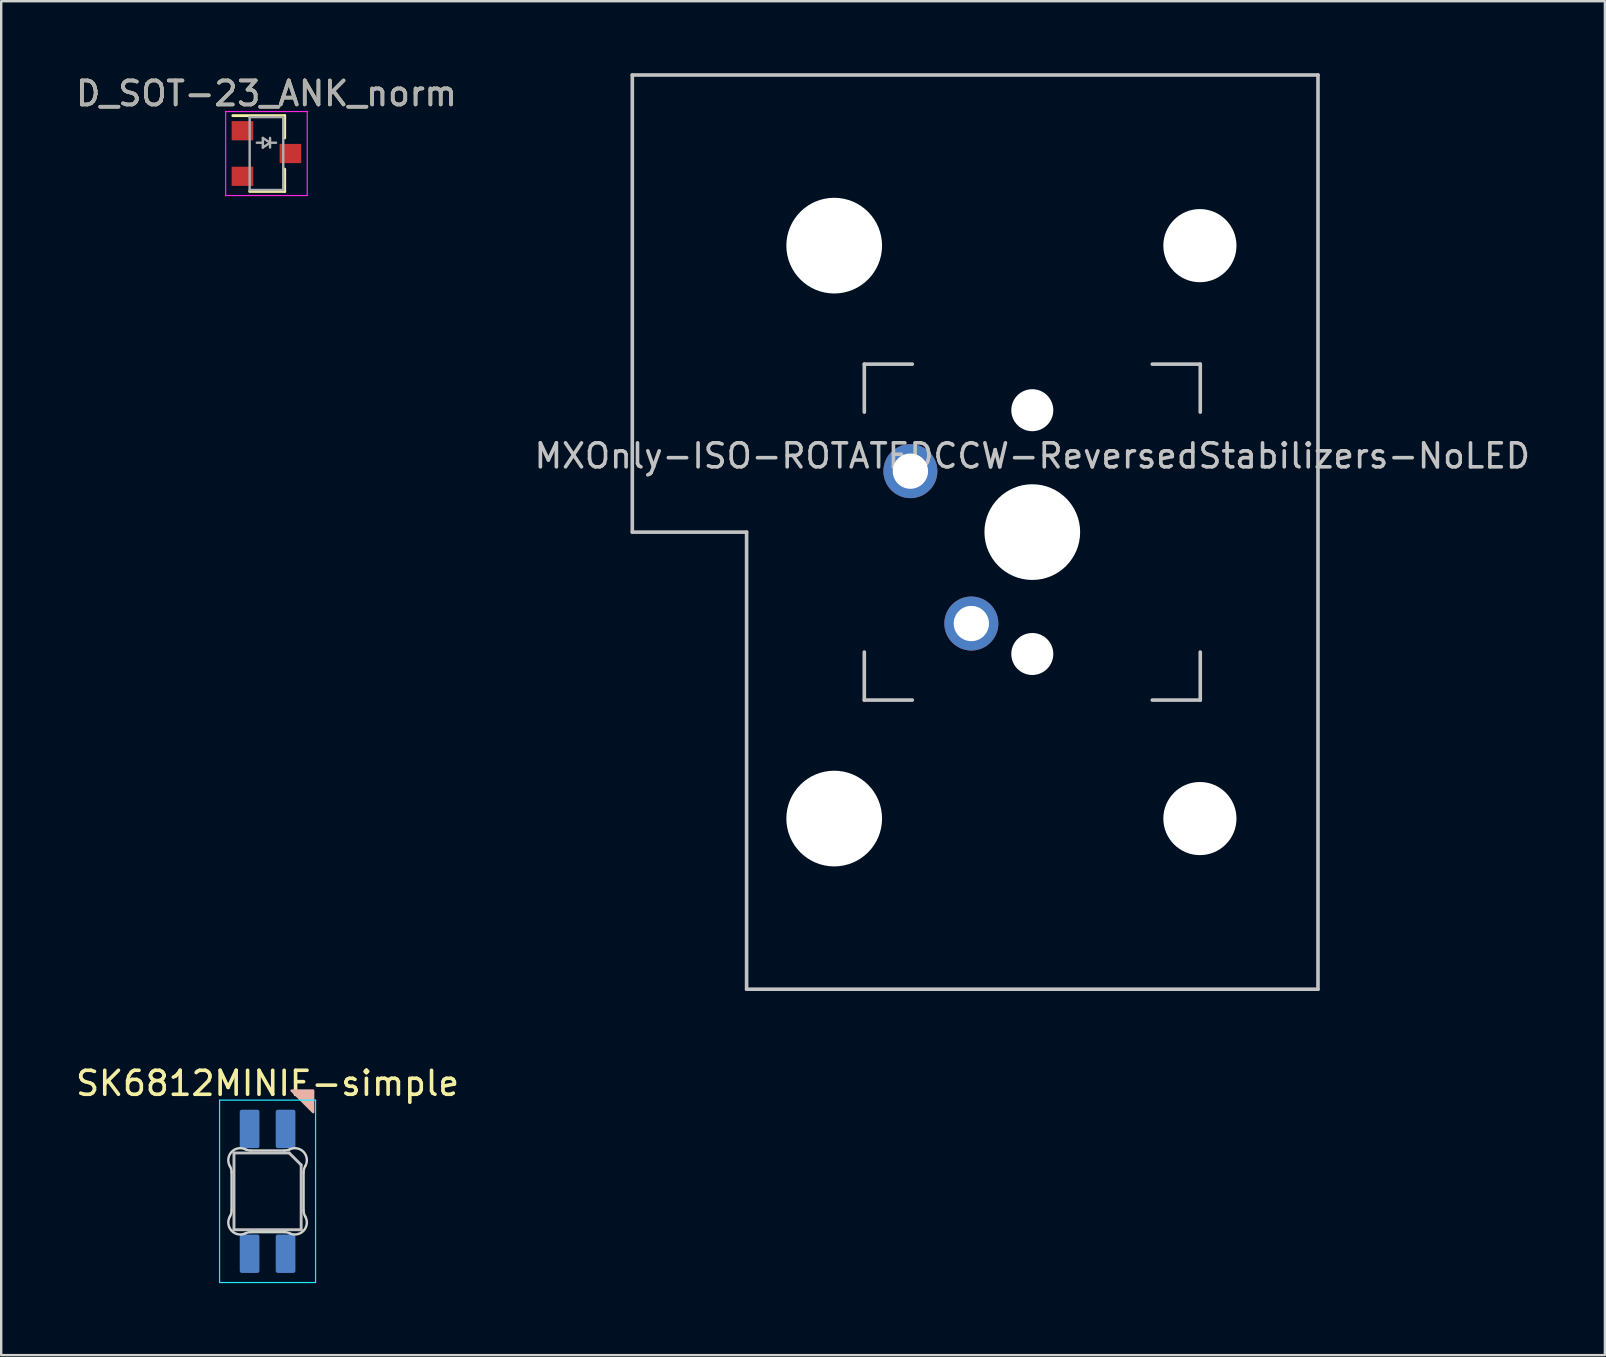
<source format=kicad_pcb>
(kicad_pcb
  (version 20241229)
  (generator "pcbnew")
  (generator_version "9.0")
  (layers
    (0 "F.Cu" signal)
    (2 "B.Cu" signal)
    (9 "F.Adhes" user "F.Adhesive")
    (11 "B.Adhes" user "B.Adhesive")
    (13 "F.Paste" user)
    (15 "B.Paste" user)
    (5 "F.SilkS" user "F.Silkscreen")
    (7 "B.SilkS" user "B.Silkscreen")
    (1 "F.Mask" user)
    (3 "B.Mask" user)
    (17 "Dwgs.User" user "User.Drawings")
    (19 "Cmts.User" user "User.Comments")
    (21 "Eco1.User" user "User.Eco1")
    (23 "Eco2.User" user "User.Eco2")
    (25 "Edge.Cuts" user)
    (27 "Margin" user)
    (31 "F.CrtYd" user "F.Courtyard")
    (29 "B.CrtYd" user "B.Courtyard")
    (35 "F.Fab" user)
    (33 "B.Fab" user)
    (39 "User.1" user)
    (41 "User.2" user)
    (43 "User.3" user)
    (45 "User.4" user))
  (footprint "D_SOT-23_ANK_norm"
    (layer "F.Cu")
    (at 8.054 3.348)
    (property "Reference" "D_SOT-23_ANK_norm" (at 0 -2.5 0) (layer "F.SilkS") (effects (font (size 1 1) (thickness 0.15))))
    (attr smd)
    (fp_line (start 0.76 -1.58) (end -1.4 -1.58) (stroke (width 0.12) (type solid)) (layer "F.SilkS"))
    (fp_line (start 0.76 -1.58) (end 0.76 -0.65) (stroke (width 0.12) (type solid)) (layer "F.SilkS"))
    (fp_line (start 0.76 1.58) (end -0.7 1.58) (stroke (width 0.12) (type solid)) (layer "F.SilkS"))
    (fp_line (start 0.76 1.58) (end 0.76 0.65) (stroke (width 0.12) (type solid)) (layer "F.SilkS"))
    (fp_line (start -1.7 -1.75) (end 1.7 -1.75) (stroke (width 0.05) (type solid)) (layer "F.CrtYd"))
    (fp_line (start -1.7 1.75) (end -1.7 -1.75) (stroke (width 0.05) (type solid)) (layer "F.CrtYd"))
    (fp_line (start 1.7 -1.75) (end 1.7 1.75) (stroke (width 0.05) (type solid)) (layer "F.CrtYd"))
    (fp_line (start 1.7 1.75) (end -1.7 1.75) (stroke (width 0.05) (type solid)) (layer "F.CrtYd"))
    (fp_line (start -0.7 -1.52) (end -0.7 1.52) (stroke (width 0.1) (type solid)) (layer "F.Fab"))
    (fp_line (start -0.7 -1.52) (end 0.7 -1.52) (stroke (width 0.1) (type solid)) (layer "F.Fab"))
    (fp_line (start -0.7 1.52) (end 0.7 1.52) (stroke (width 0.1) (type solid)) (layer "F.Fab"))
    (fp_line (start -0.15 -0.65) (end -0.15 -0.25) (stroke (width 0.1) (type solid)) (layer "F.Fab"))
    (fp_line (start -0.15 -0.45) (end -0.4 -0.45) (stroke (width 0.1) (type solid)) (layer "F.Fab"))
    (fp_line (start -0.15 -0.25) (end 0.15 -0.45) (stroke (width 0.1) (type solid)) (layer "F.Fab"))
    (fp_line (start 0.15 -0.65) (end 0.15 -0.25) (stroke (width 0.1) (type solid)) (layer "F.Fab"))
    (fp_line (start 0.15 -0.45) (end -0.15 -0.65) (stroke (width 0.1) (type solid)) (layer "F.Fab"))
    (fp_line (start 0.15 -0.45) (end 0.4 -0.45) (stroke (width 0.1) (type solid)) (layer "F.Fab"))
    (fp_line (start 0.7 -1.52) (end 0.7 1.52) (stroke (width 0.1) (type solid)) (layer "F.Fab"))
    (fp_text user "${REFERENCE}" (at 0 -2.5 0) (layer "F.Fab") (effects (font (size 1 1) (thickness 0.15))))
    (pad "1" smd rect (at 1 0) (size 0.9 0.8) (layers "F.Cu" "F.Mask" "F.Paste"))
    (pad "2" smd rect (at -1 -0.95) (size 0.9 0.8) (layers "F.Cu" "F.Mask" "F.Paste"))
    (pad "3" smd rect (at -1 0.95) (size 0.9 0.8) (layers "F.Cu" "F.Mask" "F.Paste")))
  (footprint "MXOnly-ISO-ROTATEDCCW-ReversedStabilizers-NoLED"
    (layer "F.Cu")
    (at 39.97 19.125)
    (property "Reference" "MXOnly-ISO-ROTATEDCCW-ReversedStabilizers-NoLED" (at 0 -3.175 180) (layer "Dwgs.User") (effects (font (size 1 1) (thickness 0.15))))
    (attr through_hole)
    (fp_line (start -16.669 -19.05) (end -16.669 0) (stroke (width 0.15) (type solid)) (layer "Dwgs.User"))
    (fp_line (start -16.669 -19.05) (end 11.906 -19.05) (stroke (width 0.15) (type solid)) (layer "Dwgs.User"))
    (fp_line (start -11.906 0) (end -16.669 0) (stroke (width 0.15) (type solid)) (layer "Dwgs.User"))
    (fp_line (start -11.906 19.05) (end -11.906 0) (stroke (width 0.15) (type solid)) (layer "Dwgs.User"))
    (fp_line (start -11.906 19.05) (end 11.906 19.05) (stroke (width 0.15) (type solid)) (layer "Dwgs.User"))
    (fp_line (start -7 -7) (end -7 -5) (stroke (width 0.15) (type solid)) (layer "Dwgs.User"))
    (fp_line (start -7 7) (end -7 5) (stroke (width 0.15) (type solid)) (layer "Dwgs.User"))
    (fp_line (start -5 -7) (end -7 -7) (stroke (width 0.15) (type solid)) (layer "Dwgs.User"))
    (fp_line (start -5 7) (end -7 7) (stroke (width 0.15) (type solid)) (layer "Dwgs.User"))
    (fp_line (start 5 7) (end 7 7) (stroke (width 0.15) (type solid)) (layer "Dwgs.User"))
    (fp_line (start 7 -7) (end 5 -7) (stroke (width 0.15) (type solid)) (layer "Dwgs.User"))
    (fp_line (start 7 -5) (end 7 -7) (stroke (width 0.15) (type solid)) (layer "Dwgs.User"))
    (fp_line (start 7 7) (end 7 5) (stroke (width 0.15) (type solid)) (layer "Dwgs.User"))
    (fp_line (start 11.906 -19.05) (end 11.906 19.05) (stroke (width 0.15) (type solid)) (layer "Dwgs.User"))
    (pad "" np_thru_hole circle (at -8.255 -11.938) (size 3.988 3.988) (drill 3.988) (layers "*.Cu" "*.Mask"))
    (pad "" np_thru_hole circle (at -8.255 11.938) (size 3.988 3.988) (drill 3.988) (layers "*.Cu" "*.Mask"))
    (pad "" np_thru_hole circle (at 0 -5.08 228.1) (size 1.75 1.75) (drill 1.75) (layers "*.Cu" "*.Mask"))
    (pad "" np_thru_hole circle (at 0 0 180) (size 3.988 3.988) (drill 3.988) (layers "*.Cu" "*.Mask"))
    (pad "" np_thru_hole circle (at 0 5.08 228.1) (size 1.75 1.75) (drill 1.75) (layers "*.Cu" "*.Mask"))
    (pad "" np_thru_hole circle (at 6.985 -11.938) (size 3.048 3.048) (drill 3.048) (layers "*.Cu" "*.Mask"))
    (pad "" np_thru_hole circle (at 6.985 11.938) (size 3.048 3.048) (drill 3.048) (layers "*.Cu" "*.Mask"))
    (pad "1" thru_hole circle (at -2.54 3.81 180) (size 2.25 2.25) (drill 1.47) (layers "*.Cu" "B.Mask"))
    (pad "2" thru_hole circle (at -5.08 -2.54 180) (size 2.25 2.25) (drill 1.47) (layers "*.Cu" "B.Mask")))
  (footprint "SK6812MINIE-simple"
    (layer "F.Cu")
    (at 8.101 46.598)
    (property "Reference" "SK6812MINIE-simple" (at 0 -4.5 180) (layer "F.SilkS") (effects (font (size 1 1) (thickness 0.15))))
    (attr smd)
    (fp_poly (pts (xy 1 -4.2) (xy 1.9 -3.3) (xy 1.9 -4.2)) (stroke (width 0.1) (type solid)) (fill yes) (layer "B.SilkS"))
    (fp_line (start -1.4 -1.6) (end -1.4 1.6) (stroke (width 0.12) (type solid)) (layer "Dwgs.User"))
    (fp_line (start -1.4 1.6) (end 1.4 1.6) (stroke (width 0.12) (type solid)) (layer "Dwgs.User"))
    (fp_line (start 0.9 -1.6) (end -1.4 -1.6) (stroke (width 0.12) (type solid)) (layer "Dwgs.User"))
    (fp_line (start 0.9 -1.6) (end 1.4 -1.1) (stroke (width 0.12) (type solid)) (layer "Dwgs.User"))
    (fp_line (start 1.4 1.6) (end 1.4 -1.1) (stroke (width 0.12) (type solid)) (layer "Dwgs.User"))
    (fp_line (start -1.5 0.794) (end -1.5 -0.794) (stroke (width 0.1) (type solid)) (layer "Edge.Cuts"))
    (fp_line (start -0.703 -1.7) (end 0.703 -1.7) (stroke (width 0.1) (type solid)) (layer "Edge.Cuts"))
    (fp_line (start 0.703 1.7) (end -0.703 1.7) (stroke (width 0.1) (type solid)) (layer "Edge.Cuts"))
    (fp_line (start 1.5 -0.794) (end 1.5 0.794) (stroke (width 0.1) (type solid)) (layer "Edge.Cuts"))
    (fp_arc (start -1.568298 -1.046711) (mid -1.517376 -0.925123) (end -1.499999 -0.794453) (stroke (width 0.1) (type solid)) (layer "Edge.Cuts"))
    (fp_arc (start -1.568298 -1.046711) (mid -1.504034 -1.638071) (end -0.91972 -1.749484) (stroke (width 0.1) (type solid)) (layer "Edge.Cuts"))
    (fp_arc (start -1.5 0.794453) (mid -1.517377 0.925123) (end -1.568299 1.046711) (stroke (width 0.1) (type solid)) (layer "Edge.Cuts"))
    (fp_arc (start -0.91972 1.749484) (mid -1.504035 1.638071) (end -1.568299 1.046711) (stroke (width 0.1) (type solid)) (layer "Edge.Cuts"))
    (fp_arc (start -0.91972 1.749484) (mid -0.814068 1.712527) (end -0.702842 1.699999) (stroke (width 0.1) (type solid)) (layer "Edge.Cuts"))
    (fp_arc (start -0.702843 -1.699999) (mid -0.814068 -1.712527) (end -0.91972 -1.749484) (stroke (width 0.1) (type solid)) (layer "Edge.Cuts"))
    (fp_arc (start 0.702843 1.699999) (mid 0.814068 1.712527) (end 0.91972 1.749484) (stroke (width 0.1) (type solid)) (layer "Edge.Cuts"))
    (fp_arc (start 0.919719 -1.749484) (mid 1.504035 -1.638072) (end 1.568299 -1.046711) (stroke (width 0.1) (type solid)) (layer "Edge.Cuts"))
    (fp_arc (start 0.919719 -1.749483) (mid 0.814067 -1.712527) (end 0.702842 -1.699999) (stroke (width 0.1) (type solid)) (layer "Edge.Cuts"))
    (fp_arc (start 1.5 -0.794452) (mid 1.517377 -0.925123) (end 1.568299 -1.046711) (stroke (width 0.1) (type solid)) (layer "Edge.Cuts"))
    (fp_arc (start 1.568297 1.046711) (mid 1.504034 1.63807) (end 0.91972 1.749484) (stroke (width 0.1) (type solid)) (layer "Edge.Cuts"))
    (fp_arc (start 1.568299 1.04671) (mid 1.517377 0.925122) (end 1.5 0.794452) (stroke (width 0.1) (type solid)) (layer "Edge.Cuts"))
    (fp_line (start -2 -3.8) (end -2 3.8) (stroke (width 0.05) (type solid)) (layer "B.CrtYd"))
    (fp_line (start -2 3.8) (end 2 3.8) (stroke (width 0.05) (type solid)) (layer "B.CrtYd"))
    (fp_line (start 2 -3.8) (end -2 -3.8) (stroke (width 0.05) (type solid)) (layer "B.CrtYd"))
    (fp_line (start 2 3.8) (end 2 -3.8) (stroke (width 0.05) (type solid)) (layer "B.CrtYd"))
    (pad "1" smd roundrect (at 0.75 2.6) (size 0.82 1.6) (layers "B.Cu" "B.Mask" "B.Paste") (roundrect_rratio 0.1))
    (pad "2" smd roundrect (at 0.75 -2.6) (size 0.82 1.6) (layers "B.Cu" "B.Mask" "B.Paste") (roundrect_rratio 0.1))
    (pad "3" smd roundrect (at -0.75 -2.6) (size 0.82 1.6) (layers "B.Cu" "B.Mask" "B.Paste") (roundrect_rratio 0.1))
    (pad "4" smd roundrect (at -0.75 2.6) (size 0.82 1.6) (layers "B.Cu" "B.Mask" "B.Paste") (roundrect_rratio 0.1)))
  (gr_rect
    (start -3 -3)
    (end 63.833 53.423)
    (stroke (width 0.1) (type default))
    (fill no)
    (layer "Edge.Cuts")))
</source>
